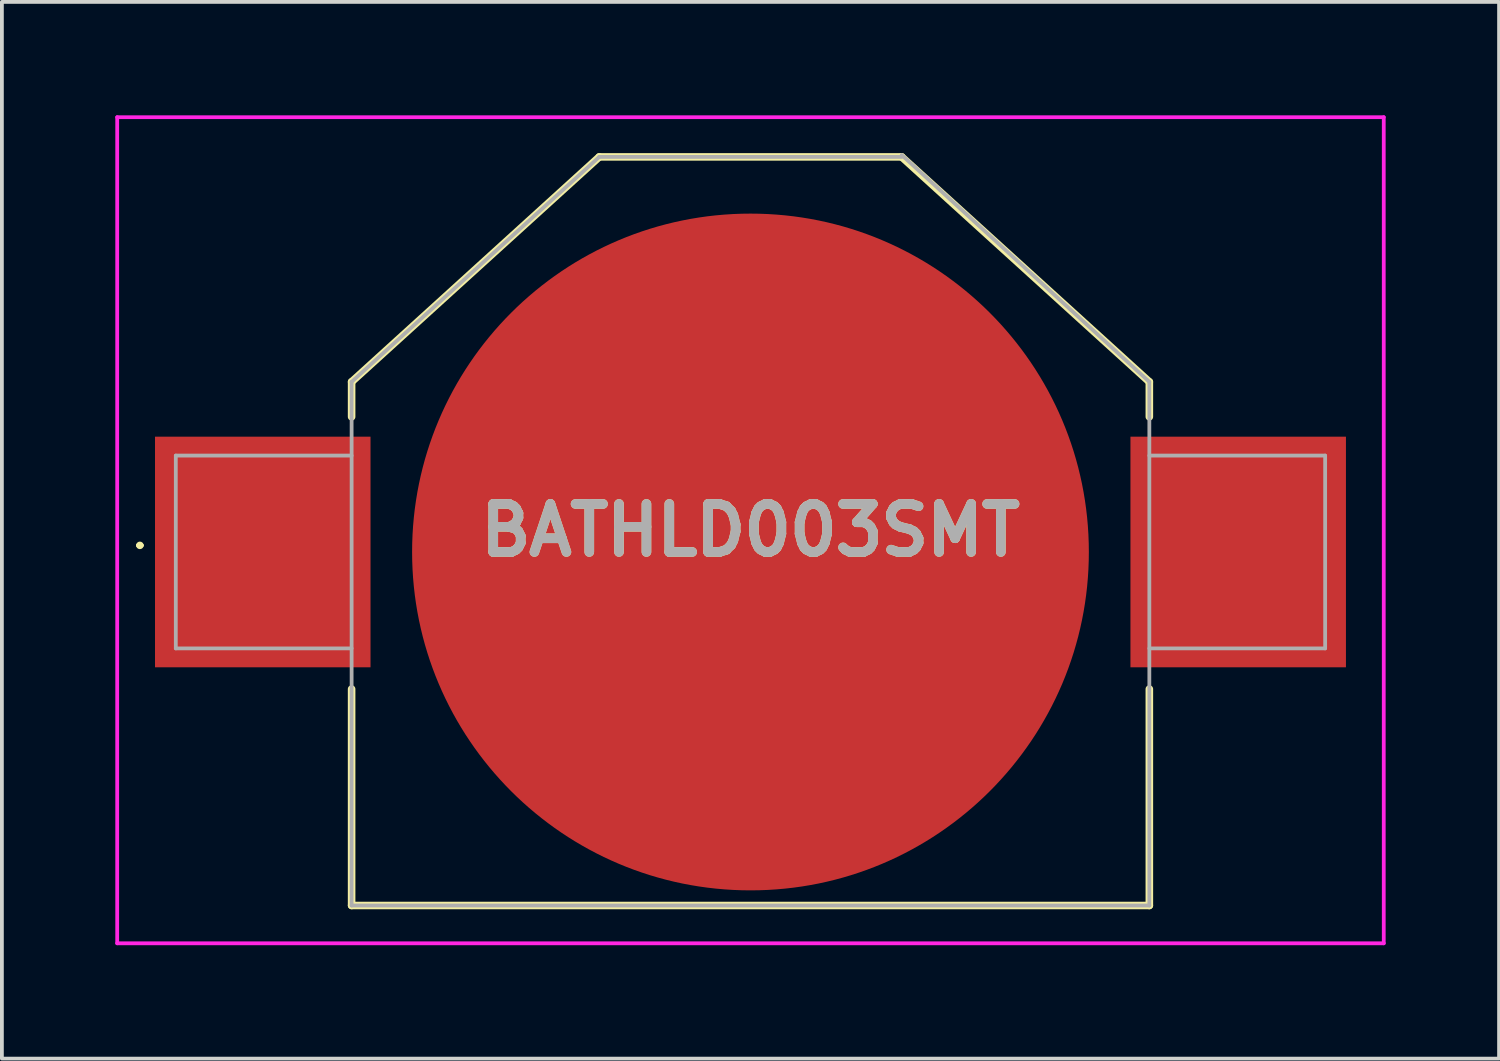
<source format=kicad_pcb>
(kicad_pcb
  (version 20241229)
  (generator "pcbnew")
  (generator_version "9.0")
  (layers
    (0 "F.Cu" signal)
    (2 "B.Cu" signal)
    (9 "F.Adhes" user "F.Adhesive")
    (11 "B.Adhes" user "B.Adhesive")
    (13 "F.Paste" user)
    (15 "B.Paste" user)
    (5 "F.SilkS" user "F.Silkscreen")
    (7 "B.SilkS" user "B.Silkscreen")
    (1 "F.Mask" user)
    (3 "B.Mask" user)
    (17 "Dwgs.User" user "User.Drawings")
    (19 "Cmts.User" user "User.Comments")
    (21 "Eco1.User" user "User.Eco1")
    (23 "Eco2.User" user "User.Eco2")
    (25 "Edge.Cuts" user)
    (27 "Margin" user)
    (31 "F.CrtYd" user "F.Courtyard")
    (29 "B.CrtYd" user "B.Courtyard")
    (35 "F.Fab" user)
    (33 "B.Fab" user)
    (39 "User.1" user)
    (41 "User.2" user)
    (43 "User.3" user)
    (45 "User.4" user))
  (footprint "BATHLD003SMT"
    (layer "F.Cu")
    (at 16.8 11.55)
    (property "Reference" "BATHLD003SMT" (at 0 -0.575 0) (layer "F.SilkS") (effects (font (size 1.27 1.27) (thickness 0.254))))
    (attr smd)
    (fp_line (start -16.2 -0.175) (end -16.2 -0.175) (stroke (width 0.1) (type solid)) (layer "F.SilkS"))
    (fp_line (start -16.1 -0.175) (end -16.1 -0.175) (stroke (width 0.1) (type solid)) (layer "F.SilkS"))
    (fp_line (start -10.55 -4.5) (end -4 -10.45) (stroke (width 0.2) (type solid)) (layer "F.SilkS"))
    (fp_line (start -10.55 -3.575) (end -10.55 -4.5) (stroke (width 0.2) (type solid)) (layer "F.SilkS"))
    (fp_line (start -10.55 9.35) (end -10.55 3.625) (stroke (width 0.2) (type solid)) (layer "F.SilkS"))
    (fp_line (start -4 -10.45) (end 4 -10.45) (stroke (width 0.2) (type solid)) (layer "F.SilkS"))
    (fp_line (start 4 -10.45) (end 10.55 -4.5) (stroke (width 0.2) (type solid)) (layer "F.SilkS"))
    (fp_line (start 10.55 -4.5) (end 10.55 -3.575) (stroke (width 0.2) (type solid)) (layer "F.SilkS"))
    (fp_line (start 10.55 3.625) (end 10.55 9.35) (stroke (width 0.2) (type solid)) (layer "F.SilkS"))
    (fp_line (start 10.55 9.35) (end -10.55 9.35) (stroke (width 0.2) (type solid)) (layer "F.SilkS"))
    (fp_arc (start -16.2 -0.175) (mid -16.15 -0.225) (end -16.1 -0.175) (stroke (width 0.1) (type solid)) (layer "F.SilkS"))
    (fp_arc (start -16.1 -0.175) (mid -16.15 -0.125) (end -16.2 -0.175) (stroke (width 0.1) (type solid)) (layer "F.SilkS"))
    (fp_line (start -16.75 -11.5) (end 16.75 -11.5) (stroke (width 0.1) (type solid)) (layer "F.CrtYd"))
    (fp_line (start -16.75 10.35) (end -16.75 -11.5) (stroke (width 0.1) (type solid)) (layer "F.CrtYd"))
    (fp_line (start 16.75 -11.5) (end 16.75 10.35) (stroke (width 0.1) (type solid)) (layer "F.CrtYd"))
    (fp_line (start 16.75 10.35) (end -16.75 10.35) (stroke (width 0.1) (type solid)) (layer "F.CrtYd"))
    (fp_line (start -15.2 -2.55) (end -15.2 2.55) (stroke (width 0.1) (type solid)) (layer "F.Fab"))
    (fp_line (start -15.2 2.55) (end -10.55 2.55) (stroke (width 0.1) (type solid)) (layer "F.Fab"))
    (fp_line (start -10.55 -4.5) (end -10.55 9.35) (stroke (width 0.1) (type solid)) (layer "F.Fab"))
    (fp_line (start -10.55 -2.55) (end -15.2 -2.55) (stroke (width 0.1) (type solid)) (layer "F.Fab"))
    (fp_line (start -10.55 9.35) (end 10.55 9.35) (stroke (width 0.1) (type solid)) (layer "F.Fab"))
    (fp_line (start -4 -10.45) (end -10.55 -4.5) (stroke (width 0.1) (type solid)) (layer "F.Fab"))
    (fp_line (start 4 -10.45) (end -4 -10.45) (stroke (width 0.1) (type solid)) (layer "F.Fab"))
    (fp_line (start 10.55 -4.5) (end 4 -10.5) (stroke (width 0.1) (type solid)) (layer "F.Fab"))
    (fp_line (start 10.55 -2.55) (end 15.2 -2.55) (stroke (width 0.1) (type solid)) (layer "F.Fab"))
    (fp_line (start 10.55 9.35) (end 10.55 -4.5) (stroke (width 0.1) (type solid)) (layer "F.Fab"))
    (fp_line (start 15.2 -2.55) (end 15.2 2.55) (stroke (width 0.1) (type solid)) (layer "F.Fab"))
    (fp_line (start 15.2 2.55) (end 10.55 2.55) (stroke (width 0.1) (type solid)) (layer "F.Fab"))
    (fp_text user "${REFERENCE}" (at 0 -0.575 0) (layer "F.Fab") (effects (font (size 1.27 1.27) (thickness 0.254))))
    (pad "1" smd rect (at -12.9 0) (size 5.7 6.1) (layers "F.Cu" "F.Mask" "F.Paste"))
    (pad "2" smd rect (at 12.9 0) (size 5.7 6.1) (layers "F.Cu" "F.Mask" "F.Paste"))
    (pad "3" smd circle (at 0 0 90) (size 17.9 17.9) (layers "F.Cu" "F.Mask" "F.Paste")))
  (gr_rect
    (start -3 -3)
    (end 36.6 24.95)
    (stroke (width 0.1) (type default))
    (fill no)
    (layer "Edge.Cuts")))
</source>
